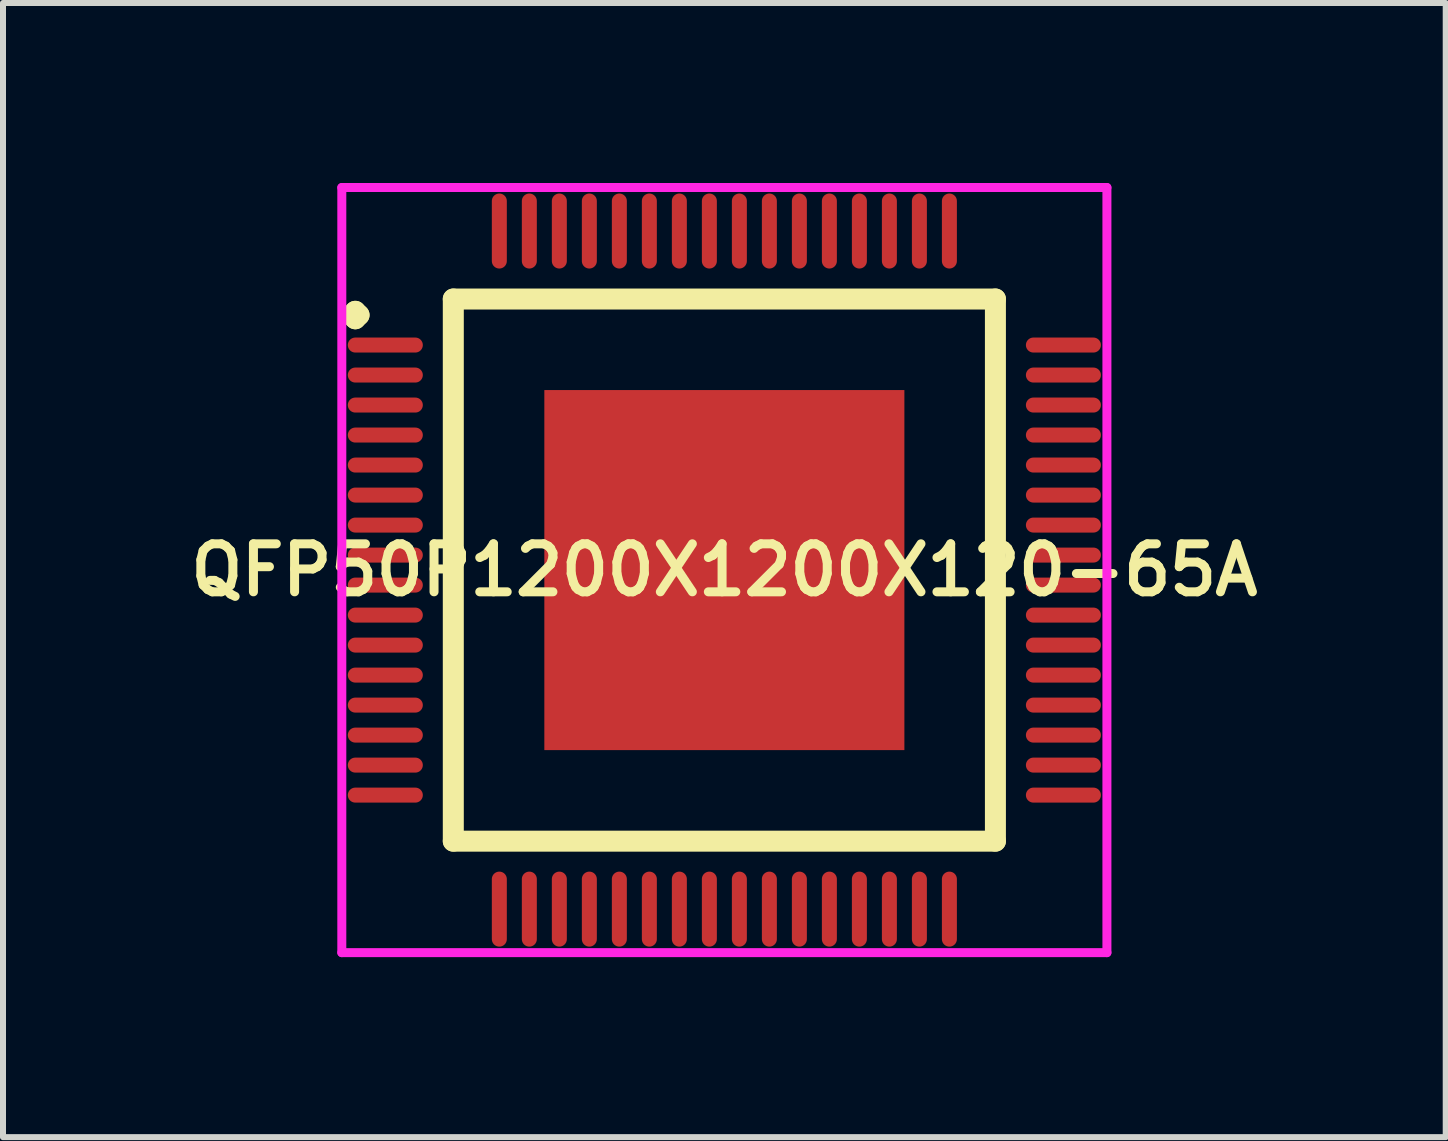
<source format=kicad_pcb>
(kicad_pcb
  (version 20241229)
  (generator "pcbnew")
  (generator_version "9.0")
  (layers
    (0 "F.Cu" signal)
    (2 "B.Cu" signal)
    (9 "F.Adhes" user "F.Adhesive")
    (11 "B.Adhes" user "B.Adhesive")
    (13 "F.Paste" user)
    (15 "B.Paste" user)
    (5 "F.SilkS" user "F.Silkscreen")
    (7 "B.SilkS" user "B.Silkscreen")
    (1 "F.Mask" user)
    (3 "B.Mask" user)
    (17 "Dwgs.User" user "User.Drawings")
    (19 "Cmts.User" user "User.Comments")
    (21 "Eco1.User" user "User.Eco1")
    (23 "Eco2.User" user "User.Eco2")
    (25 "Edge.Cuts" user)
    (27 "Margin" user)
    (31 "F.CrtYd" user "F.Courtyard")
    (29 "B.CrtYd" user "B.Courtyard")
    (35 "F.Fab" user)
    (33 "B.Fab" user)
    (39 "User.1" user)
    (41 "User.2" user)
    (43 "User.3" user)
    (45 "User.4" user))
  (footprint "QFP50P1200X1200X120-65A"
    (layer "F.Cu")
    (at 9.021 6.45)
    (property "Reference" "QFP50P1200X1200X120-65A" (at 0 0 0) (layer "F.SilkS") (effects (font (size 0.8 0.8) (thickness 0.15))))
    (attr through_hole)
    (fp_line (start -6.213 -4.25) (end -6.15 -4.312) (stroke (width 0.35) (type solid)) (layer "F.SilkS"))
    (fp_line (start -6.15 -4.312) (end -6.088 -4.25) (stroke (width 0.35) (type solid)) (layer "F.SilkS"))
    (fp_line (start -6.15 -4.188) (end -6.213 -4.25) (stroke (width 0.35) (type solid)) (layer "F.SilkS"))
    (fp_line (start -6.088 -4.25) (end -6.15 -4.188) (stroke (width 0.35) (type solid)) (layer "F.SilkS"))
    (fp_line (start -4.517 -4.517) (end -4.517 4.517) (stroke (width 0.35) (type solid)) (layer "F.SilkS"))
    (fp_line (start -4.517 4.517) (end 4.517 4.517) (stroke (width 0.35) (type solid)) (layer "F.SilkS"))
    (fp_line (start 4.517 -4.517) (end -4.517 -4.517) (stroke (width 0.35) (type solid)) (layer "F.SilkS"))
    (fp_line (start 4.517 4.517) (end 4.517 -4.517) (stroke (width 0.35) (type solid)) (layer "F.SilkS"))
    (fp_line (start -6.375 -6.375) (end 6.375 -6.375) (stroke (width 0.15) (type solid)) (layer "F.CrtYd"))
    (fp_line (start -6.375 6.375) (end -6.375 -6.375) (stroke (width 0.15) (type solid)) (layer "F.CrtYd"))
    (fp_line (start 6.375 -6.375) (end 6.375 6.375) (stroke (width 0.15) (type solid)) (layer "F.CrtYd"))
    (fp_line (start 6.375 6.375) (end -6.375 6.375) (stroke (width 0.15) (type solid)) (layer "F.CrtYd"))
    (pad "1" smd oval (at -5.65 -3.75) (size 1.25 0.25) (layers "F.Cu" "F.Mask" "F.Paste"))
    (pad "2" smd oval (at -5.65 -3.25) (size 1.25 0.25) (layers "F.Cu" "F.Mask" "F.Paste"))
    (pad "3" smd oval (at -5.65 -2.75) (size 1.25 0.25) (layers "F.Cu" "F.Mask" "F.Paste"))
    (pad "4" smd oval (at -5.65 -2.25) (size 1.25 0.25) (layers "F.Cu" "F.Mask" "F.Paste"))
    (pad "5" smd oval (at -5.65 -1.75) (size 1.25 0.25) (layers "F.Cu" "F.Mask" "F.Paste"))
    (pad "6" smd oval (at -5.65 -1.25) (size 1.25 0.25) (layers "F.Cu" "F.Mask" "F.Paste"))
    (pad "7" smd oval (at -5.65 -0.75) (size 1.25 0.25) (layers "F.Cu" "F.Mask" "F.Paste"))
    (pad "8" smd oval (at -5.65 -0.25) (size 1.25 0.25) (layers "F.Cu" "F.Mask" "F.Paste"))
    (pad "9" smd oval (at -5.65 0.25) (size 1.25 0.25) (layers "F.Cu" "F.Mask" "F.Paste"))
    (pad "10" smd oval (at -5.65 0.75) (size 1.25 0.25) (layers "F.Cu" "F.Mask" "F.Paste"))
    (pad "11" smd oval (at -5.65 1.25) (size 1.25 0.25) (layers "F.Cu" "F.Mask" "F.Paste"))
    (pad "12" smd oval (at -5.65 1.75) (size 1.25 0.25) (layers "F.Cu" "F.Mask" "F.Paste"))
    (pad "13" smd oval (at -5.65 2.25) (size 1.25 0.25) (layers "F.Cu" "F.Mask" "F.Paste"))
    (pad "14" smd oval (at -5.65 2.75) (size 1.25 0.25) (layers "F.Cu" "F.Mask" "F.Paste"))
    (pad "15" smd oval (at -5.65 3.25) (size 1.25 0.25) (layers "F.Cu" "F.Mask" "F.Paste"))
    (pad "16" smd oval (at -5.65 3.75) (size 1.25 0.25) (layers "F.Cu" "F.Mask" "F.Paste"))
    (pad "17" smd oval (at -3.75 5.65) (size 0.25 1.25) (layers "F.Cu" "F.Mask" "F.Paste"))
    (pad "18" smd oval (at -3.25 5.65) (size 0.25 1.25) (layers "F.Cu" "F.Mask" "F.Paste"))
    (pad "19" smd oval (at -2.75 5.65) (size 0.25 1.25) (layers "F.Cu" "F.Mask" "F.Paste"))
    (pad "20" smd oval (at -2.25 5.65) (size 0.25 1.25) (layers "F.Cu" "F.Mask" "F.Paste"))
    (pad "21" smd oval (at -1.75 5.65) (size 0.25 1.25) (layers "F.Cu" "F.Mask" "F.Paste"))
    (pad "22" smd oval (at -1.25 5.65) (size 0.25 1.25) (layers "F.Cu" "F.Mask" "F.Paste"))
    (pad "23" smd oval (at -0.75 5.65) (size 0.25 1.25) (layers "F.Cu" "F.Mask" "F.Paste"))
    (pad "24" smd oval (at -0.25 5.65) (size 0.25 1.25) (layers "F.Cu" "F.Mask" "F.Paste"))
    (pad "25" smd oval (at 0.25 5.65) (size 0.25 1.25) (layers "F.Cu" "F.Mask" "F.Paste"))
    (pad "26" smd oval (at 0.75 5.65) (size 0.25 1.25) (layers "F.Cu" "F.Mask" "F.Paste"))
    (pad "27" smd oval (at 1.25 5.65) (size 0.25 1.25) (layers "F.Cu" "F.Mask" "F.Paste"))
    (pad "28" smd oval (at 1.75 5.65) (size 0.25 1.25) (layers "F.Cu" "F.Mask" "F.Paste"))
    (pad "29" smd oval (at 2.25 5.65) (size 0.25 1.25) (layers "F.Cu" "F.Mask" "F.Paste"))
    (pad "30" smd oval (at 2.75 5.65) (size 0.25 1.25) (layers "F.Cu" "F.Mask" "F.Paste"))
    (pad "31" smd oval (at 3.25 5.65) (size 0.25 1.25) (layers "F.Cu" "F.Mask" "F.Paste"))
    (pad "32" smd oval (at 3.75 5.65) (size 0.25 1.25) (layers "F.Cu" "F.Mask" "F.Paste"))
    (pad "33" smd oval (at 5.65 3.75) (size 1.25 0.25) (layers "F.Cu" "F.Mask" "F.Paste"))
    (pad "34" smd oval (at 5.65 3.25) (size 1.25 0.25) (layers "F.Cu" "F.Mask" "F.Paste"))
    (pad "35" smd oval (at 5.65 2.75) (size 1.25 0.25) (layers "F.Cu" "F.Mask" "F.Paste"))
    (pad "36" smd oval (at 5.65 2.25) (size 1.25 0.25) (layers "F.Cu" "F.Mask" "F.Paste"))
    (pad "37" smd oval (at 5.65 1.75) (size 1.25 0.25) (layers "F.Cu" "F.Mask" "F.Paste"))
    (pad "38" smd oval (at 5.65 1.25) (size 1.25 0.25) (layers "F.Cu" "F.Mask" "F.Paste"))
    (pad "39" smd oval (at 5.65 0.75) (size 1.25 0.25) (layers "F.Cu" "F.Mask" "F.Paste"))
    (pad "40" smd oval (at 5.65 0.25) (size 1.25 0.25) (layers "F.Cu" "F.Mask" "F.Paste"))
    (pad "41" smd oval (at 5.65 -0.25) (size 1.25 0.25) (layers "F.Cu" "F.Mask" "F.Paste"))
    (pad "42" smd oval (at 5.65 -0.75) (size 1.25 0.25) (layers "F.Cu" "F.Mask" "F.Paste"))
    (pad "43" smd oval (at 5.65 -1.25) (size 1.25 0.25) (layers "F.Cu" "F.Mask" "F.Paste"))
    (pad "44" smd oval (at 5.65 -1.75) (size 1.25 0.25) (layers "F.Cu" "F.Mask" "F.Paste"))
    (pad "45" smd oval (at 5.65 -2.25) (size 1.25 0.25) (layers "F.Cu" "F.Mask" "F.Paste"))
    (pad "46" smd oval (at 5.65 -2.75) (size 1.25 0.25) (layers "F.Cu" "F.Mask" "F.Paste"))
    (pad "47" smd oval (at 5.65 -3.25) (size 1.25 0.25) (layers "F.Cu" "F.Mask" "F.Paste"))
    (pad "48" smd oval (at 5.65 -3.75) (size 1.25 0.25) (layers "F.Cu" "F.Mask" "F.Paste"))
    (pad "49" smd oval (at 3.75 -5.65) (size 0.25 1.25) (layers "F.Cu" "F.Mask" "F.Paste"))
    (pad "50" smd oval (at 3.25 -5.65) (size 0.25 1.25) (layers "F.Cu" "F.Mask" "F.Paste"))
    (pad "51" smd oval (at 2.75 -5.65) (size 0.25 1.25) (layers "F.Cu" "F.Mask" "F.Paste"))
    (pad "52" smd oval (at 2.25 -5.65) (size 0.25 1.25) (layers "F.Cu" "F.Mask" "F.Paste"))
    (pad "53" smd oval (at 1.75 -5.65) (size 0.25 1.25) (layers "F.Cu" "F.Mask" "F.Paste"))
    (pad "54" smd oval (at 1.25 -5.65) (size 0.25 1.25) (layers "F.Cu" "F.Mask" "F.Paste"))
    (pad "55" smd oval (at 0.75 -5.65) (size 0.25 1.25) (layers "F.Cu" "F.Mask" "F.Paste"))
    (pad "56" smd oval (at 0.25 -5.65) (size 0.25 1.25) (layers "F.Cu" "F.Mask" "F.Paste"))
    (pad "57" smd oval (at -0.25 -5.65) (size 0.25 1.25) (layers "F.Cu" "F.Mask" "F.Paste"))
    (pad "58" smd oval (at -0.75 -5.65) (size 0.25 1.25) (layers "F.Cu" "F.Mask" "F.Paste"))
    (pad "59" smd oval (at -1.25 -5.65) (size 0.25 1.25) (layers "F.Cu" "F.Mask" "F.Paste"))
    (pad "60" smd oval (at -1.75 -5.65) (size 0.25 1.25) (layers "F.Cu" "F.Mask" "F.Paste"))
    (pad "61" smd oval (at -2.25 -5.65) (size 0.25 1.25) (layers "F.Cu" "F.Mask" "F.Paste"))
    (pad "62" smd oval (at -2.75 -5.65) (size 0.25 1.25) (layers "F.Cu" "F.Mask" "F.Paste"))
    (pad "63" smd oval (at -3.25 -5.65) (size 0.25 1.25) (layers "F.Cu" "F.Mask" "F.Paste"))
    (pad "64" smd oval (at -3.75 -5.65) (size 0.25 1.25) (layers "F.Cu" "F.Mask" "F.Paste"))
    (pad "65" smd rect (at 0 0) (size 6 6) (layers "F.Cu" "F.Mask" "F.Paste")))
  (gr_rect
    (start -3 -3)
    (end 21.042 15.9)
    (stroke (width 0.1) (type default))
    (fill no)
    (layer "Edge.Cuts")))
</source>
